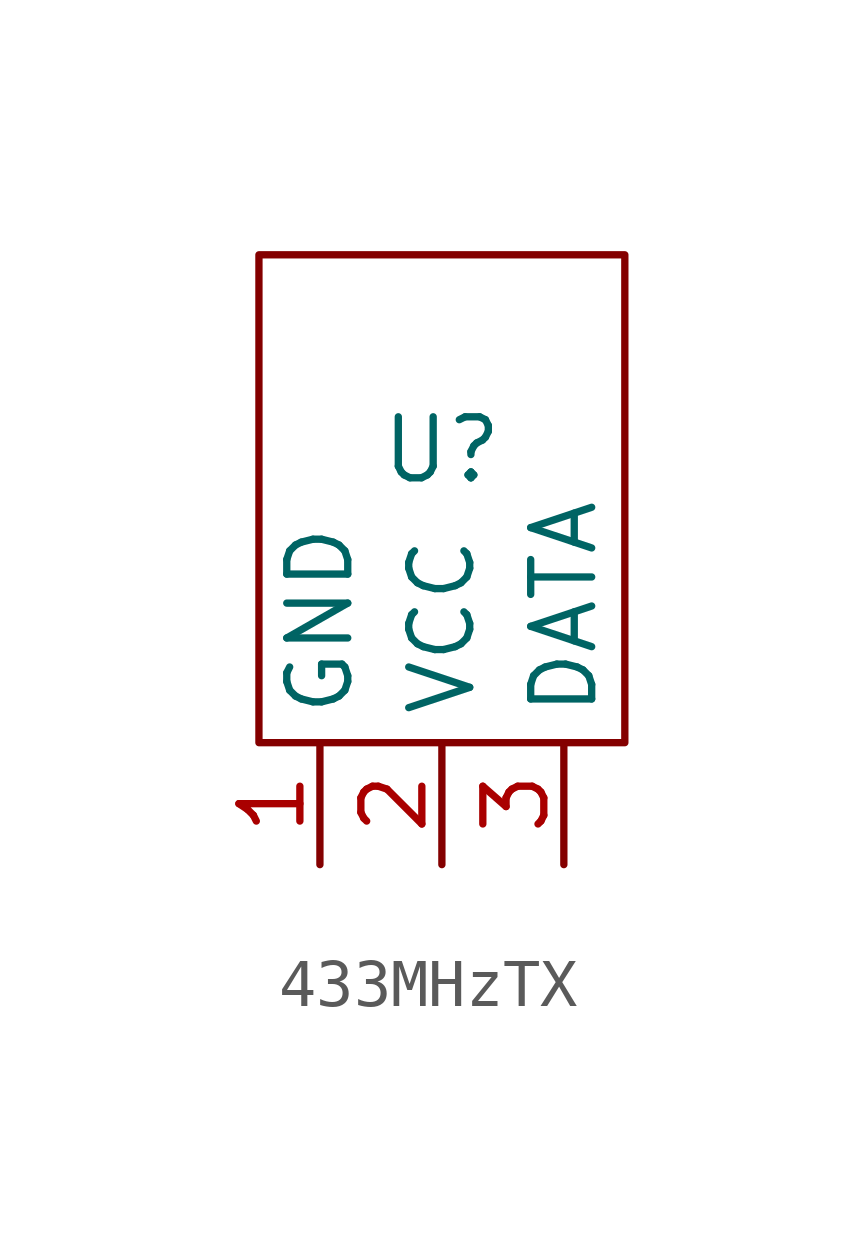
<source format=kicad_sym>
(kicad_symbol_lib
  (version 20231120)
  (generator "kicad_symbol_editor")
  (generator_version "8.0")
  (symbol "433MHzTX"
    (property "Reference" "U"
      (at 0 1.016 0)
      (effects (font (size 1.27 1.27))))
    (property "Value" ""
      (at 0 0 0)
      (effects (font (size 1.27 1.27))))
    (symbol "433MHzTX_0_1"
      (rectangle (start -3.81 5.08) (end 3.81 -5.08) (stroke (width 0) (type default)) (fill (type none))))
    (symbol "433MHzTX_1_1"
      (pin bidirectional line (at -2.54 -7.62 90) (length 2.54) (name "GND" (effects (font (size 1.27 1.27)))) (number "1" (effects (font (size 1.27 1.27)))))
      (pin power_in line (at 0 -7.62 90) (length 2.54) (name "VCC" (effects (font (size 1.27 1.27)))) (number "2" (effects (font (size 1.27 1.27)))))
      (pin input line (at 2.54 -7.62 90) (length 2.54) (name "DATA" (effects (font (size 1.27 1.27)))) (number "3" (effects (font (size 1.27 1.27))))))))
</source>
